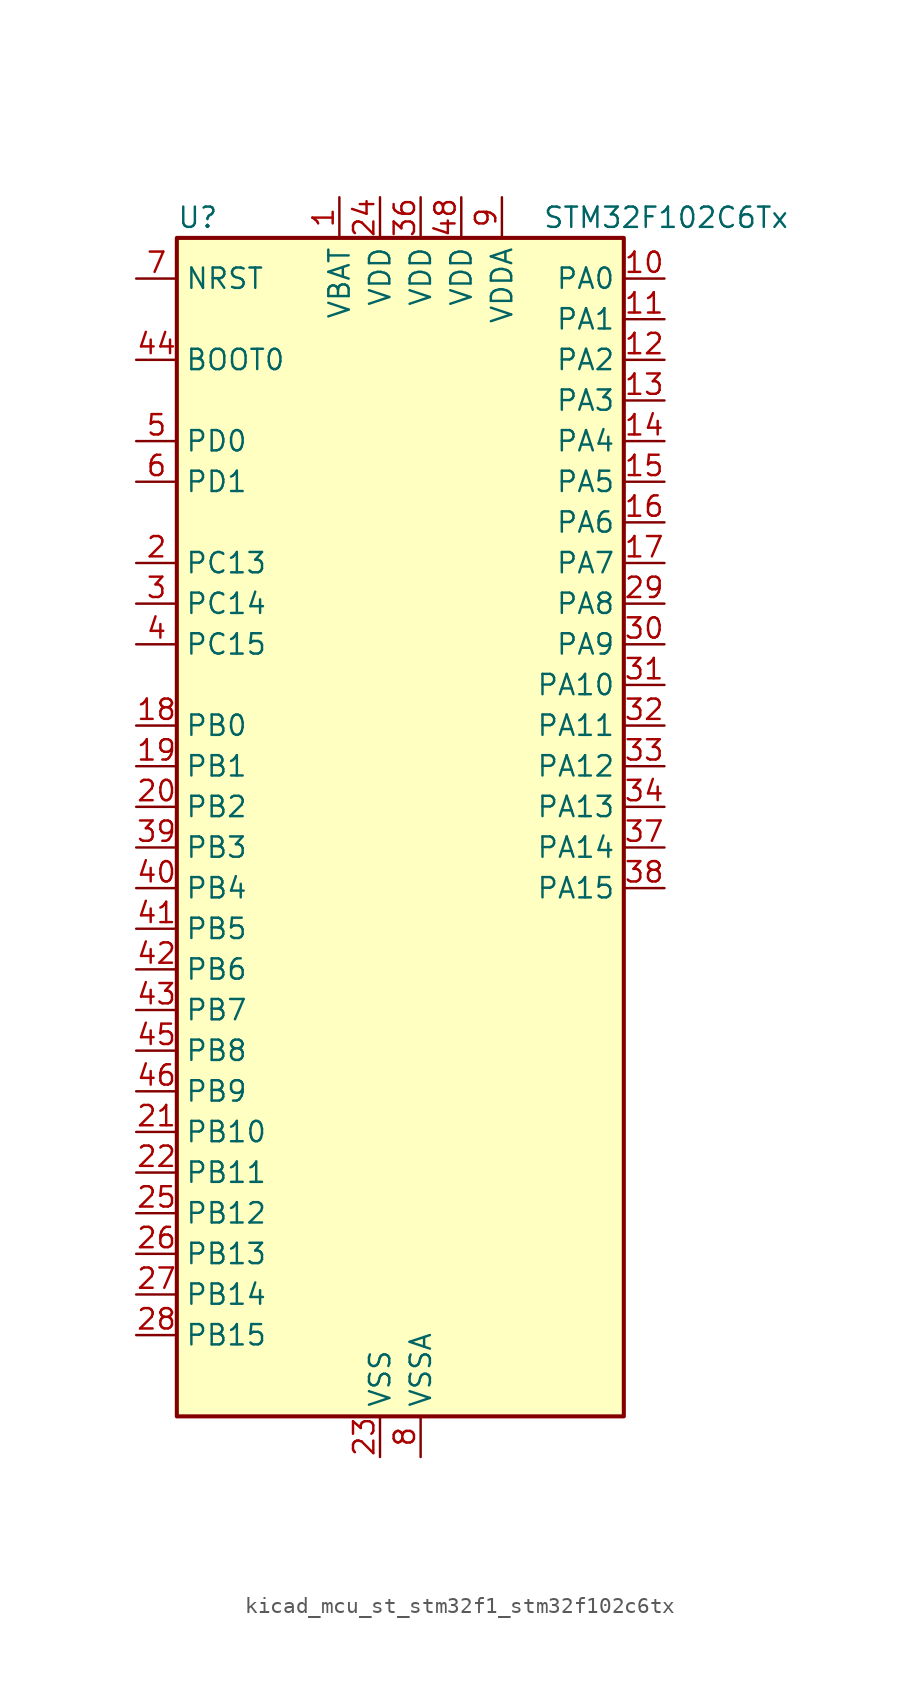
<source format=kicad_sym>
(kicad_symbol_lib
  (version 20220914)
  (generator kicad_symbol_editor)
  (symbol "kicad_mcu_st_stm32f1_stm32f102c6tx"
    (property "Reference" "U"
      (at -12.7 39.37 0)
      (effects (font (size 1.27 1.27)) (justify left)))
    (property "Value" "STM32F102C6Tx"
      (at 10.16 39.37 0)
      (effects (font (size 1.27 1.27)) (justify left)))
    (property "ki_locked" ""
      (at 0 0 0)
      (effects (font (size 1.27 1.27))))
    (symbol "kicad_mcu_st_stm32f1_stm32f102c6tx_0_1"
      (rectangle (start -12.7 -35.56) (end 15.24 38.1) (stroke (width 0.254) (type default)) (fill (type background))))
    (symbol "kicad_mcu_st_stm32f1_stm32f102c6tx_1_1"
      (pin power_in line (at -2.54 40.64 270) (length 2.54) (name "VBAT" (effects (font (size 1.27 1.27)))) (number "1" (effects (font (size 1.27 1.27)))))
      (pin bidirectional line (at 17.78 35.56 180) (length 2.54) (name "PA0" (effects (font (size 1.27 1.27)))) (number "10" (effects (font (size 1.27 1.27)))) (alternate "ADC1_IN0" bidirectional line) (alternate "SYS_WKUP" bidirectional line) (alternate "TIM2_CH1" bidirectional line) (alternate "TIM2_ETR" bidirectional line) (alternate "USART2_CTS" bidirectional line))
      (pin bidirectional line (at 17.78 33.02 180) (length 2.54) (name "PA1" (effects (font (size 1.27 1.27)))) (number "11" (effects (font (size 1.27 1.27)))) (alternate "ADC1_IN1" bidirectional line) (alternate "TIM2_CH2" bidirectional line) (alternate "USART2_RTS" bidirectional line))
      (pin bidirectional line (at 17.78 30.48 180) (length 2.54) (name "PA2" (effects (font (size 1.27 1.27)))) (number "12" (effects (font (size 1.27 1.27)))) (alternate "ADC1_IN2" bidirectional line) (alternate "TIM2_CH3" bidirectional line) (alternate "USART2_TX" bidirectional line))
      (pin bidirectional line (at 17.78 27.94 180) (length 2.54) (name "PA3" (effects (font (size 1.27 1.27)))) (number "13" (effects (font (size 1.27 1.27)))) (alternate "ADC1_IN3" bidirectional line) (alternate "TIM2_CH4" bidirectional line) (alternate "USART2_RX" bidirectional line))
      (pin bidirectional line (at 17.78 25.4 180) (length 2.54) (name "PA4" (effects (font (size 1.27 1.27)))) (number "14" (effects (font (size 1.27 1.27)))) (alternate "ADC1_IN4" bidirectional line) (alternate "SPI1_NSS" bidirectional line) (alternate "USART2_CK" bidirectional line))
      (pin bidirectional line (at 17.78 22.86 180) (length 2.54) (name "PA5" (effects (font (size 1.27 1.27)))) (number "15" (effects (font (size 1.27 1.27)))) (alternate "ADC1_IN5" bidirectional line) (alternate "SPI1_SCK" bidirectional line))
      (pin bidirectional line (at 17.78 20.32 180) (length 2.54) (name "PA6" (effects (font (size 1.27 1.27)))) (number "16" (effects (font (size 1.27 1.27)))) (alternate "ADC1_IN6" bidirectional line) (alternate "SPI1_MISO" bidirectional line) (alternate "TIM3_CH1" bidirectional line))
      (pin bidirectional line (at 17.78 17.78 180) (length 2.54) (name "PA7" (effects (font (size 1.27 1.27)))) (number "17" (effects (font (size 1.27 1.27)))) (alternate "ADC1_IN7" bidirectional line) (alternate "SPI1_MOSI" bidirectional line) (alternate "TIM3_CH2" bidirectional line))
      (pin bidirectional line (at -15.24 7.62 0) (length 2.54) (name "PB0" (effects (font (size 1.27 1.27)))) (number "18" (effects (font (size 1.27 1.27)))) (alternate "ADC1_IN8" bidirectional line) (alternate "TIM3_CH3" bidirectional line))
      (pin bidirectional line (at -15.24 5.08 0) (length 2.54) (name "PB1" (effects (font (size 1.27 1.27)))) (number "19" (effects (font (size 1.27 1.27)))) (alternate "ADC1_IN9" bidirectional line) (alternate "TIM3_CH4" bidirectional line))
      (pin bidirectional line (at -15.24 17.78 0) (length 2.54) (name "PC13" (effects (font (size 1.27 1.27)))) (number "2" (effects (font (size 1.27 1.27)))) (alternate "RTC_OUT" bidirectional line) (alternate "RTC_TAMPER" bidirectional line))
      (pin bidirectional line (at -15.24 2.54 0) (length 2.54) (name "PB2" (effects (font (size 1.27 1.27)))) (number "20" (effects (font (size 1.27 1.27)))))
      (pin bidirectional line (at -15.24 -17.78 0) (length 2.54) (name "PB10" (effects (font (size 1.27 1.27)))) (number "21" (effects (font (size 1.27 1.27)))) (alternate "TIM2_CH3" bidirectional line))
      (pin bidirectional line (at -15.24 -20.32 0) (length 2.54) (name "PB11" (effects (font (size 1.27 1.27)))) (number "22" (effects (font (size 1.27 1.27)))) (alternate "ADC1_EXTI11" bidirectional line) (alternate "TIM2_CH4" bidirectional line))
      (pin power_in line (at 0 -38.1 90) (length 2.54) (name "VSS" (effects (font (size 1.27 1.27)))) (number "23" (effects (font (size 1.27 1.27)))))
      (pin power_in line (at 0 40.64 270) (length 2.54) (name "VDD" (effects (font (size 1.27 1.27)))) (number "24" (effects (font (size 1.27 1.27)))))
      (pin bidirectional line (at -15.24 -22.86 0) (length 2.54) (name "PB12" (effects (font (size 1.27 1.27)))) (number "25" (effects (font (size 1.27 1.27)))))
      (pin bidirectional line (at -15.24 -25.4 0) (length 2.54) (name "PB13" (effects (font (size 1.27 1.27)))) (number "26" (effects (font (size 1.27 1.27)))))
      (pin bidirectional line (at -15.24 -27.94 0) (length 2.54) (name "PB14" (effects (font (size 1.27 1.27)))) (number "27" (effects (font (size 1.27 1.27)))))
      (pin bidirectional line (at -15.24 -30.48 0) (length 2.54) (name "PB15" (effects (font (size 1.27 1.27)))) (number "28" (effects (font (size 1.27 1.27)))) (alternate "ADC1_EXTI15" bidirectional line))
      (pin bidirectional line (at 17.78 15.24 180) (length 2.54) (name "PA8" (effects (font (size 1.27 1.27)))) (number "29" (effects (font (size 1.27 1.27)))) (alternate "RCC_MCO" bidirectional line) (alternate "USART1_CK" bidirectional line))
      (pin bidirectional line (at -15.24 15.24 0) (length 2.54) (name "PC14" (effects (font (size 1.27 1.27)))) (number "3" (effects (font (size 1.27 1.27)))) (alternate "RCC_OSC32_IN" bidirectional line))
      (pin bidirectional line (at 17.78 12.7 180) (length 2.54) (name "PA9" (effects (font (size 1.27 1.27)))) (number "30" (effects (font (size 1.27 1.27)))) (alternate "USART1_TX" bidirectional line))
      (pin bidirectional line (at 17.78 10.16 180) (length 2.54) (name "PA10" (effects (font (size 1.27 1.27)))) (number "31" (effects (font (size 1.27 1.27)))) (alternate "USART1_RX" bidirectional line))
      (pin bidirectional line (at 17.78 7.62 180) (length 2.54) (name "PA11" (effects (font (size 1.27 1.27)))) (number "32" (effects (font (size 1.27 1.27)))) (alternate "ADC1_EXTI11" bidirectional line) (alternate "USART1_CTS" bidirectional line) (alternate "USB_DM" bidirectional line))
      (pin bidirectional line (at 17.78 5.08 180) (length 2.54) (name "PA12" (effects (font (size 1.27 1.27)))) (number "33" (effects (font (size 1.27 1.27)))) (alternate "USART1_RTS" bidirectional line) (alternate "USB_DP" bidirectional line))
      (pin bidirectional line (at 17.78 2.54 180) (length 2.54) (name "PA13" (effects (font (size 1.27 1.27)))) (number "34" (effects (font (size 1.27 1.27)))) (alternate "SYS_JTMS-SWDIO" bidirectional line))
      (pin passive line (at 0 -38.1 90) (length 2.54) hide (name "VSS" (effects (font (size 1.27 1.27)))) (number "35" (effects (font (size 1.27 1.27)))))
      (pin power_in line (at 2.54 40.64 270) (length 2.54) (name "VDD" (effects (font (size 1.27 1.27)))) (number "36" (effects (font (size 1.27 1.27)))))
      (pin bidirectional line (at 17.78 0 180) (length 2.54) (name "PA14" (effects (font (size 1.27 1.27)))) (number "37" (effects (font (size 1.27 1.27)))) (alternate "SYS_JTCK-SWCLK" bidirectional line))
      (pin bidirectional line (at 17.78 -2.54 180) (length 2.54) (name "PA15" (effects (font (size 1.27 1.27)))) (number "38" (effects (font (size 1.27 1.27)))) (alternate "ADC1_EXTI15" bidirectional line) (alternate "SPI1_NSS" bidirectional line) (alternate "SYS_JTDI" bidirectional line) (alternate "TIM2_CH1" bidirectional line) (alternate "TIM2_ETR" bidirectional line))
      (pin bidirectional line (at -15.24 0 0) (length 2.54) (name "PB3" (effects (font (size 1.27 1.27)))) (number "39" (effects (font (size 1.27 1.27)))) (alternate "SPI1_SCK" bidirectional line) (alternate "SYS_JTDO-TRACESWO" bidirectional line) (alternate "TIM2_CH2" bidirectional line))
      (pin bidirectional line (at -15.24 12.7 0) (length 2.54) (name "PC15" (effects (font (size 1.27 1.27)))) (number "4" (effects (font (size 1.27 1.27)))) (alternate "ADC1_EXTI15" bidirectional line) (alternate "RCC_OSC32_OUT" bidirectional line))
      (pin bidirectional line (at -15.24 -2.54 0) (length 2.54) (name "PB4" (effects (font (size 1.27 1.27)))) (number "40" (effects (font (size 1.27 1.27)))) (alternate "SPI1_MISO" bidirectional line) (alternate "SYS_NJTRST" bidirectional line) (alternate "TIM3_CH1" bidirectional line))
      (pin bidirectional line (at -15.24 -5.08 0) (length 2.54) (name "PB5" (effects (font (size 1.27 1.27)))) (number "41" (effects (font (size 1.27 1.27)))) (alternate "I2C1_SMBA" bidirectional line) (alternate "SPI1_MOSI" bidirectional line) (alternate "TIM3_CH2" bidirectional line))
      (pin bidirectional line (at -15.24 -7.62 0) (length 2.54) (name "PB6" (effects (font (size 1.27 1.27)))) (number "42" (effects (font (size 1.27 1.27)))) (alternate "I2C1_SCL" bidirectional line) (alternate "USART1_TX" bidirectional line))
      (pin bidirectional line (at -15.24 -10.16 0) (length 2.54) (name "PB7" (effects (font (size 1.27 1.27)))) (number "43" (effects (font (size 1.27 1.27)))) (alternate "I2C1_SDA" bidirectional line) (alternate "USART1_RX" bidirectional line))
      (pin input line (at -15.24 30.48 0) (length 2.54) (name "BOOT0" (effects (font (size 1.27 1.27)))) (number "44" (effects (font (size 1.27 1.27)))))
      (pin bidirectional line (at -15.24 -12.7 0) (length 2.54) (name "PB8" (effects (font (size 1.27 1.27)))) (number "45" (effects (font (size 1.27 1.27)))) (alternate "I2C1_SCL" bidirectional line))
      (pin bidirectional line (at -15.24 -15.24 0) (length 2.54) (name "PB9" (effects (font (size 1.27 1.27)))) (number "46" (effects (font (size 1.27 1.27)))) (alternate "I2C1_SDA" bidirectional line))
      (pin passive line (at 0 -38.1 90) (length 2.54) hide (name "VSS" (effects (font (size 1.27 1.27)))) (number "47" (effects (font (size 1.27 1.27)))))
      (pin power_in line (at 5.08 40.64 270) (length 2.54) (name "VDD" (effects (font (size 1.27 1.27)))) (number "48" (effects (font (size 1.27 1.27)))))
      (pin bidirectional line (at -15.24 25.4 0) (length 2.54) (name "PD0" (effects (font (size 1.27 1.27)))) (number "5" (effects (font (size 1.27 1.27)))) (alternate "RCC_OSC_IN" bidirectional line))
      (pin bidirectional line (at -15.24 22.86 0) (length 2.54) (name "PD1" (effects (font (size 1.27 1.27)))) (number "6" (effects (font (size 1.27 1.27)))) (alternate "RCC_OSC_OUT" bidirectional line))
      (pin input line (at -15.24 35.56 0) (length 2.54) (name "NRST" (effects (font (size 1.27 1.27)))) (number "7" (effects (font (size 1.27 1.27)))))
      (pin power_in line (at 2.54 -38.1 90) (length 2.54) (name "VSSA" (effects (font (size 1.27 1.27)))) (number "8" (effects (font (size 1.27 1.27)))))
      (pin power_in line (at 7.62 40.64 270) (length 2.54) (name "VDDA" (effects (font (size 1.27 1.27)))) (number "9" (effects (font (size 1.27 1.27))))))))
</source>
